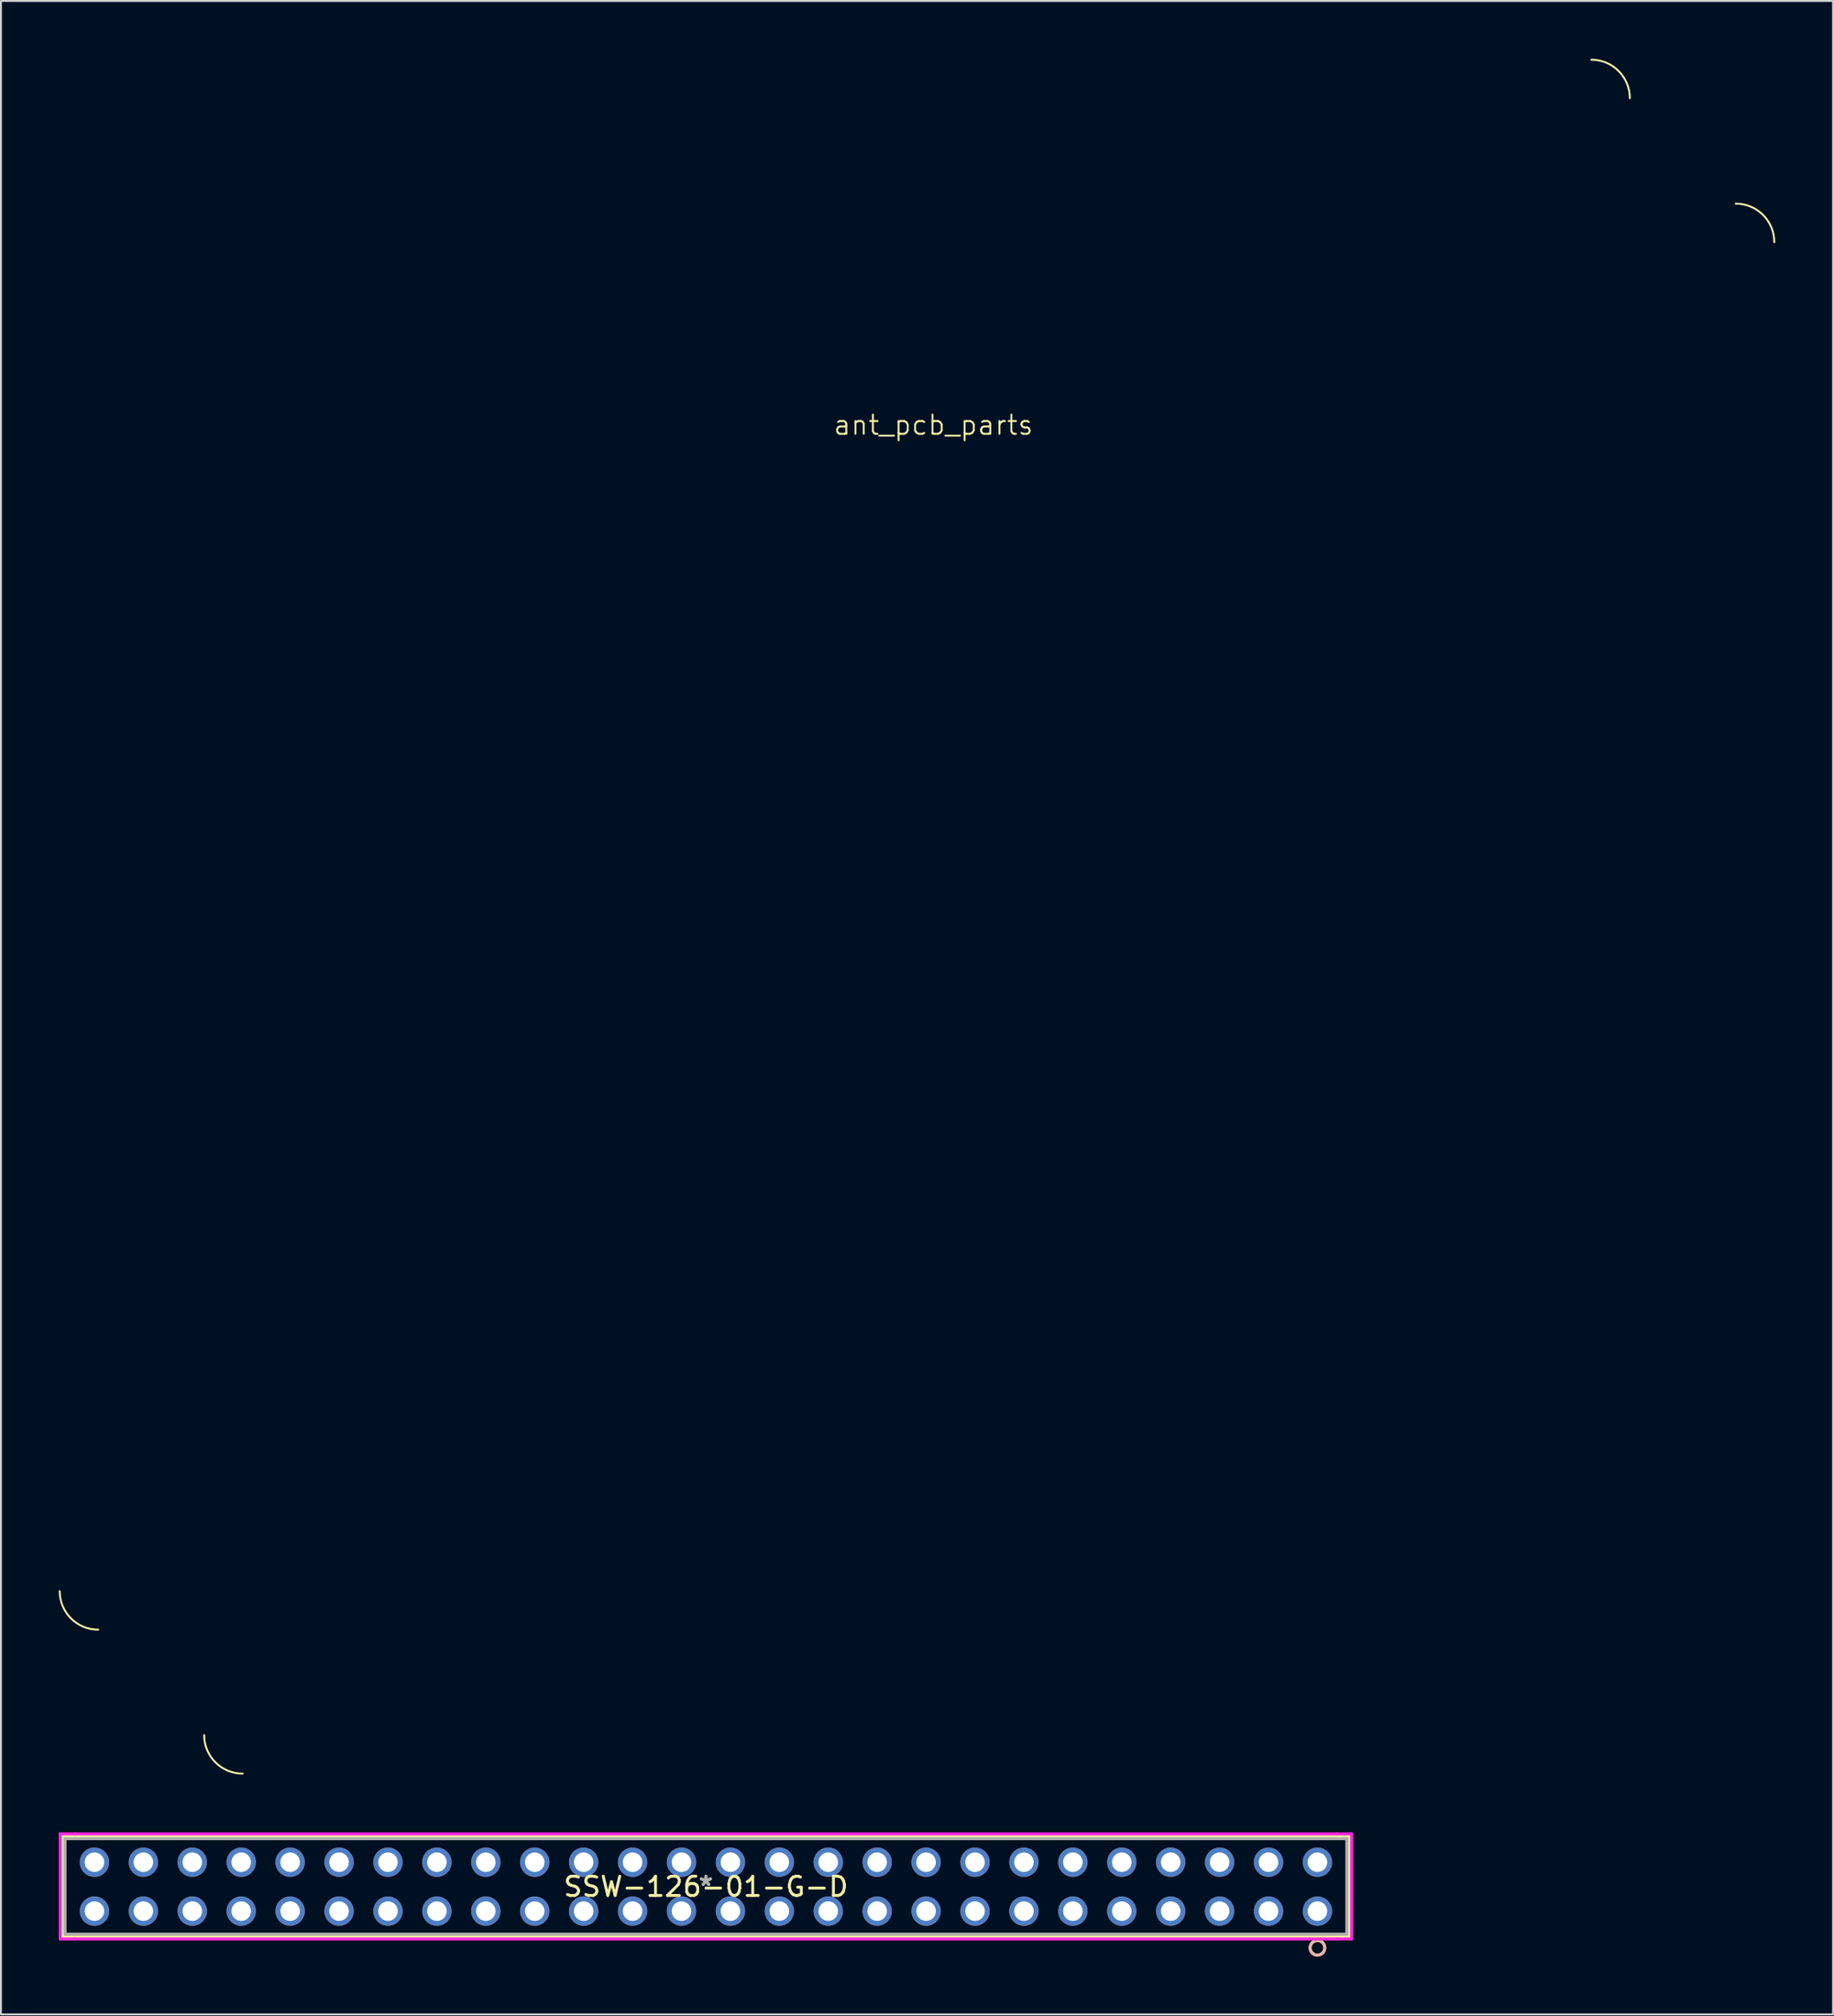
<source format=kicad_pcb>
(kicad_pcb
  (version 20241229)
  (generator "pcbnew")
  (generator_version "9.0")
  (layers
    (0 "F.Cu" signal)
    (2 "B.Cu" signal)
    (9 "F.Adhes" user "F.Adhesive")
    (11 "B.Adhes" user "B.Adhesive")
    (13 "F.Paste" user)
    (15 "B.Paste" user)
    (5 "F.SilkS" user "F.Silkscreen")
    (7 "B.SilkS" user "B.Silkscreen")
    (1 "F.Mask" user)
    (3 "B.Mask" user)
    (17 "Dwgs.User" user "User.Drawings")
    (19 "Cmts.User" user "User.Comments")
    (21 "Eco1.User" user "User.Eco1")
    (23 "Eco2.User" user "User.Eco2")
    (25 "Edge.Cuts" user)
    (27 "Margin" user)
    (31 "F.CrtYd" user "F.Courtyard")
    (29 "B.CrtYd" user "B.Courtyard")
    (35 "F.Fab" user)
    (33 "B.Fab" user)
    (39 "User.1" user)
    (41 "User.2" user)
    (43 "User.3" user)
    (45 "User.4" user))
  (footprint "ant_pcb_parts"
    (layer "F.Cu")
    (at 45.615 45.12)
    (property "Reference" "ant_pcb_parts" (at -0.2 -26.1 0) (unlocked yes) (layer "F.SilkS") (effects (font (size 1 1) (thickness 0.1))))
    (attr smd)
    (fp_arc (start -43.565 36.454594) (mid -44.979214 35.868808) (end -45.565 34.454594) (stroke (width 0.1) (type solid)) (layer "F.SilkS"))
    (fp_arc (start -36.065 43.929594) (mid -37.479214 43.343808) (end -38.065 41.929594) (stroke (width 0.1) (type solid)) (layer "F.SilkS"))
    (fp_arc (start 33.96 -45.070406) (mid 35.374214 -44.48462) (end 35.96 -43.070406) (stroke (width 0.1) (type solid)) (layer "F.SilkS"))
    (fp_arc (start 41.46 -37.595406) (mid 42.874214 -37.00962) (end 43.46 -35.595406) (stroke (width 0.1) (type solid)) (layer "F.SilkS")))
  (footprint "SSW-126-01-G-D"
    (layer "F.Cu")
    (at 33.604 94.919)
    (property "Reference" "SSW-126-01-G-D" (at 0 0 0) (layer "F.SilkS") (effects (font (size 1 1) (thickness 0.15))))
    (attr through_hole)
    (fp_line (start -33.401 -2.616) (end -33.401 2.591) (stroke (width 0.152) (type solid)) (layer "F.SilkS"))
    (fp_line (start -33.401 2.591) (end 33.401 2.591) (stroke (width 0.152) (type solid)) (layer "F.SilkS"))
    (fp_line (start 33.401 -2.616) (end -33.401 -2.616) (stroke (width 0.152) (type solid)) (layer "F.SilkS"))
    (fp_line (start 33.401 2.591) (end 33.401 -2.616) (stroke (width 0.152) (type solid)) (layer "F.SilkS"))
    (fp_circle (center 31.75 3.175) (end 32.131 3.175) (stroke (width 0.152) (type solid)) (fill no) (layer "F.SilkS"))
    (fp_circle (center 31.75 3.175) (end 32.131 3.175) (stroke (width 0.152) (type solid)) (fill no) (layer "B.SilkS"))
    (fp_line (start -33.528 -2.743) (end -33.528 2.718) (stroke (width 0.152) (type solid)) (layer "F.CrtYd"))
    (fp_line (start -33.528 2.718) (end -32.766 2.718) (stroke (width 0.152) (type solid)) (layer "F.CrtYd"))
    (fp_line (start -32.766 -2.743) (end -33.528 -2.743) (stroke (width 0.152) (type solid)) (layer "F.CrtYd"))
    (fp_line (start -32.766 -2.743) (end -32.766 -2.743) (stroke (width 0.152) (type solid)) (layer "F.CrtYd"))
    (fp_line (start -32.766 2.718) (end -32.766 2.718) (stroke (width 0.152) (type solid)) (layer "F.CrtYd"))
    (fp_line (start -32.766 2.718) (end 32.766 2.718) (stroke (width 0.152) (type solid)) (layer "F.CrtYd"))
    (fp_line (start 32.766 -2.743) (end -32.766 -2.743) (stroke (width 0.152) (type solid)) (layer "F.CrtYd"))
    (fp_line (start 32.766 -2.743) (end 32.766 -2.743) (stroke (width 0.152) (type solid)) (layer "F.CrtYd"))
    (fp_line (start 32.766 2.718) (end 32.766 2.718) (stroke (width 0.152) (type solid)) (layer "F.CrtYd"))
    (fp_line (start 32.766 2.718) (end 33.528 2.718) (stroke (width 0.152) (type solid)) (layer "F.CrtYd"))
    (fp_line (start 33.528 -2.743) (end 32.766 -2.743) (stroke (width 0.152) (type solid)) (layer "F.CrtYd"))
    (fp_line (start 33.528 2.718) (end 33.528 -2.743) (stroke (width 0.152) (type solid)) (layer "F.CrtYd"))
    (fp_line (start -33.274 -2.489) (end -33.274 2.464) (stroke (width 0.152) (type solid)) (layer "F.Fab"))
    (fp_line (start -33.274 2.464) (end 33.274 2.464) (stroke (width 0.152) (type solid)) (layer "F.Fab"))
    (fp_line (start 33.274 -2.489) (end -33.274 -2.489) (stroke (width 0.152) (type solid)) (layer "F.Fab"))
    (fp_line (start 33.274 2.464) (end 33.274 -2.489) (stroke (width 0.152) (type solid)) (layer "F.Fab"))
    (fp_circle (center 31.75 1.27) (end 32.004 1.27) (stroke (width 0.152) (type solid)) (fill no) (layer "F.Fab"))
    (fp_text user "*" (at 0 0 0) (layer "F.SilkS") (effects (font (size 1 1) (thickness 0.15))))
    (fp_text user "Copyright 2016 Accelerated Designs. All rights reserved." (at 0 0 0) (layer "Cmts.User") (effects (font (size 0.127 0.127) (thickness 0.002))))
    (fp_text user "*" (at 0 0 0) (layer "F.Fab") (effects (font (size 1 1) (thickness 0.15))))
    (pad "1" thru_hole circle (at 31.75 1.27 90) (size 1.524 1.524) (drill 1.016) (layers "*.Cu" "*.Mask"))
    (pad "2" thru_hole circle (at 31.75 -1.27 90) (size 1.524 1.524) (drill 1.016) (layers "*.Cu" "*.Mask"))
    (pad "3" thru_hole circle (at 29.21 1.27 90) (size 1.524 1.524) (drill 1.016) (layers "*.Cu" "*.Mask"))
    (pad "4" thru_hole circle (at 29.21 -1.27 90) (size 1.524 1.524) (drill 1.016) (layers "*.Cu" "*.Mask"))
    (pad "5" thru_hole circle (at 26.67 1.27 90) (size 1.524 1.524) (drill 1.016) (layers "*.Cu" "*.Mask"))
    (pad "6" thru_hole circle (at 26.67 -1.27 90) (size 1.524 1.524) (drill 1.016) (layers "*.Cu" "*.Mask"))
    (pad "7" thru_hole circle (at 24.13 1.27 90) (size 1.524 1.524) (drill 1.016) (layers "*.Cu" "*.Mask"))
    (pad "8" thru_hole circle (at 24.13 -1.27 90) (size 1.524 1.524) (drill 1.016) (layers "*.Cu" "*.Mask"))
    (pad "9" thru_hole circle (at 21.59 1.27 90) (size 1.524 1.524) (drill 1.016) (layers "*.Cu" "*.Mask"))
    (pad "10" thru_hole circle (at 21.59 -1.27 90) (size 1.524 1.524) (drill 1.016) (layers "*.Cu" "*.Mask"))
    (pad "11" thru_hole circle (at 19.05 1.27 90) (size 1.524 1.524) (drill 1.016) (layers "*.Cu" "*.Mask"))
    (pad "12" thru_hole circle (at 19.05 -1.27 90) (size 1.524 1.524) (drill 1.016) (layers "*.Cu" "*.Mask"))
    (pad "13" thru_hole circle (at 16.51 1.27 90) (size 1.524 1.524) (drill 1.016) (layers "*.Cu" "*.Mask"))
    (pad "14" thru_hole circle (at 16.51 -1.27 90) (size 1.524 1.524) (drill 1.016) (layers "*.Cu" "*.Mask"))
    (pad "15" thru_hole circle (at 13.97 1.27 90) (size 1.524 1.524) (drill 1.016) (layers "*.Cu" "*.Mask"))
    (pad "16" thru_hole circle (at 13.97 -1.27 90) (size 1.524 1.524) (drill 1.016) (layers "*.Cu" "*.Mask"))
    (pad "17" thru_hole circle (at 11.43 1.27 90) (size 1.524 1.524) (drill 1.016) (layers "*.Cu" "*.Mask"))
    (pad "18" thru_hole circle (at 11.43 -1.27 90) (size 1.524 1.524) (drill 1.016) (layers "*.Cu" "*.Mask"))
    (pad "19" thru_hole circle (at 8.89 1.27 90) (size 1.524 1.524) (drill 1.016) (layers "*.Cu" "*.Mask"))
    (pad "20" thru_hole circle (at 8.89 -1.27 90) (size 1.524 1.524) (drill 1.016) (layers "*.Cu" "*.Mask"))
    (pad "21" thru_hole circle (at 6.35 1.27 90) (size 1.524 1.524) (drill 1.016) (layers "*.Cu" "*.Mask"))
    (pad "22" thru_hole circle (at 6.35 -1.27 90) (size 1.524 1.524) (drill 1.016) (layers "*.Cu" "*.Mask"))
    (pad "23" thru_hole circle (at 3.81 1.27 90) (size 1.524 1.524) (drill 1.016) (layers "*.Cu" "*.Mask"))
    (pad "24" thru_hole circle (at 3.81 -1.27 90) (size 1.524 1.524) (drill 1.016) (layers "*.Cu" "*.Mask"))
    (pad "25" thru_hole circle (at 1.27 1.27 90) (size 1.524 1.524) (drill 1.016) (layers "*.Cu" "*.Mask"))
    (pad "26" thru_hole circle (at 1.27 -1.27 90) (size 1.524 1.524) (drill 1.016) (layers "*.Cu" "*.Mask"))
    (pad "27" thru_hole circle (at -1.27 1.27 90) (size 1.524 1.524) (drill 1.016) (layers "*.Cu" "*.Mask"))
    (pad "28" thru_hole circle (at -1.27 -1.27 90) (size 1.524 1.524) (drill 1.016) (layers "*.Cu" "*.Mask"))
    (pad "29" thru_hole circle (at -3.81 1.27 90) (size 1.524 1.524) (drill 1.016) (layers "*.Cu" "*.Mask"))
    (pad "30" thru_hole circle (at -3.81 -1.27 90) (size 1.524 1.524) (drill 1.016) (layers "*.Cu" "*.Mask"))
    (pad "31" thru_hole circle (at -6.35 1.27 90) (size 1.524 1.524) (drill 1.016) (layers "*.Cu" "*.Mask"))
    (pad "32" thru_hole circle (at -6.35 -1.27 90) (size 1.524 1.524) (drill 1.016) (layers "*.Cu" "*.Mask"))
    (pad "33" thru_hole circle (at -8.89 1.27 90) (size 1.524 1.524) (drill 1.016) (layers "*.Cu" "*.Mask"))
    (pad "34" thru_hole circle (at -8.89 -1.27 90) (size 1.524 1.524) (drill 1.016) (layers "*.Cu" "*.Mask"))
    (pad "35" thru_hole circle (at -11.43 1.27 90) (size 1.524 1.524) (drill 1.016) (layers "*.Cu" "*.Mask"))
    (pad "36" thru_hole circle (at -11.43 -1.27 90) (size 1.524 1.524) (drill 1.016) (layers "*.Cu" "*.Mask"))
    (pad "37" thru_hole circle (at -13.97 1.27 90) (size 1.524 1.524) (drill 1.016) (layers "*.Cu" "*.Mask"))
    (pad "38" thru_hole circle (at -13.97 -1.27 90) (size 1.524 1.524) (drill 1.016) (layers "*.Cu" "*.Mask"))
    (pad "39" thru_hole circle (at -16.51 1.27 90) (size 1.524 1.524) (drill 1.016) (layers "*.Cu" "*.Mask"))
    (pad "40" thru_hole circle (at -16.51 -1.27 90) (size 1.524 1.524) (drill 1.016) (layers "*.Cu" "*.Mask"))
    (pad "41" thru_hole circle (at -19.05 1.27 90) (size 1.524 1.524) (drill 1.016) (layers "*.Cu" "*.Mask"))
    (pad "42" thru_hole circle (at -19.05 -1.27 90) (size 1.524 1.524) (drill 1.016) (layers "*.Cu" "*.Mask"))
    (pad "43" thru_hole circle (at -21.59 1.27 90) (size 1.524 1.524) (drill 1.016) (layers "*.Cu" "*.Mask"))
    (pad "44" thru_hole circle (at -21.59 -1.27 90) (size 1.524 1.524) (drill 1.016) (layers "*.Cu" "*.Mask"))
    (pad "45" thru_hole circle (at -24.13 1.27 90) (size 1.524 1.524) (drill 1.016) (layers "*.Cu" "*.Mask"))
    (pad "46" thru_hole circle (at -24.13 -1.27 90) (size 1.524 1.524) (drill 1.016) (layers "*.Cu" "*.Mask"))
    (pad "47" thru_hole circle (at -26.67 1.27 90) (size 1.524 1.524) (drill 1.016) (layers "*.Cu" "*.Mask"))
    (pad "48" thru_hole circle (at -26.67 -1.27 90) (size 1.524 1.524) (drill 1.016) (layers "*.Cu" "*.Mask"))
    (pad "49" thru_hole circle (at -29.21 1.27 90) (size 1.524 1.524) (drill 1.016) (layers "*.Cu" "*.Mask"))
    (pad "50" thru_hole circle (at -29.21 -1.27 90) (size 1.524 1.524) (drill 1.016) (layers "*.Cu" "*.Mask"))
    (pad "51" thru_hole circle (at -31.75 1.27 90) (size 1.524 1.524) (drill 1.016) (layers "*.Cu" "*.Mask"))
    (pad "52" thru_hole circle (at -31.75 -1.27 90) (size 1.524 1.524) (drill 1.016) (layers "*.Cu" "*.Mask")))
  (gr_rect
    (start -3 -3)
    (end 92.125 101.552)
    (stroke (width 0.1) (type default))
    (fill no)
    (layer "Edge.Cuts")))
</source>
